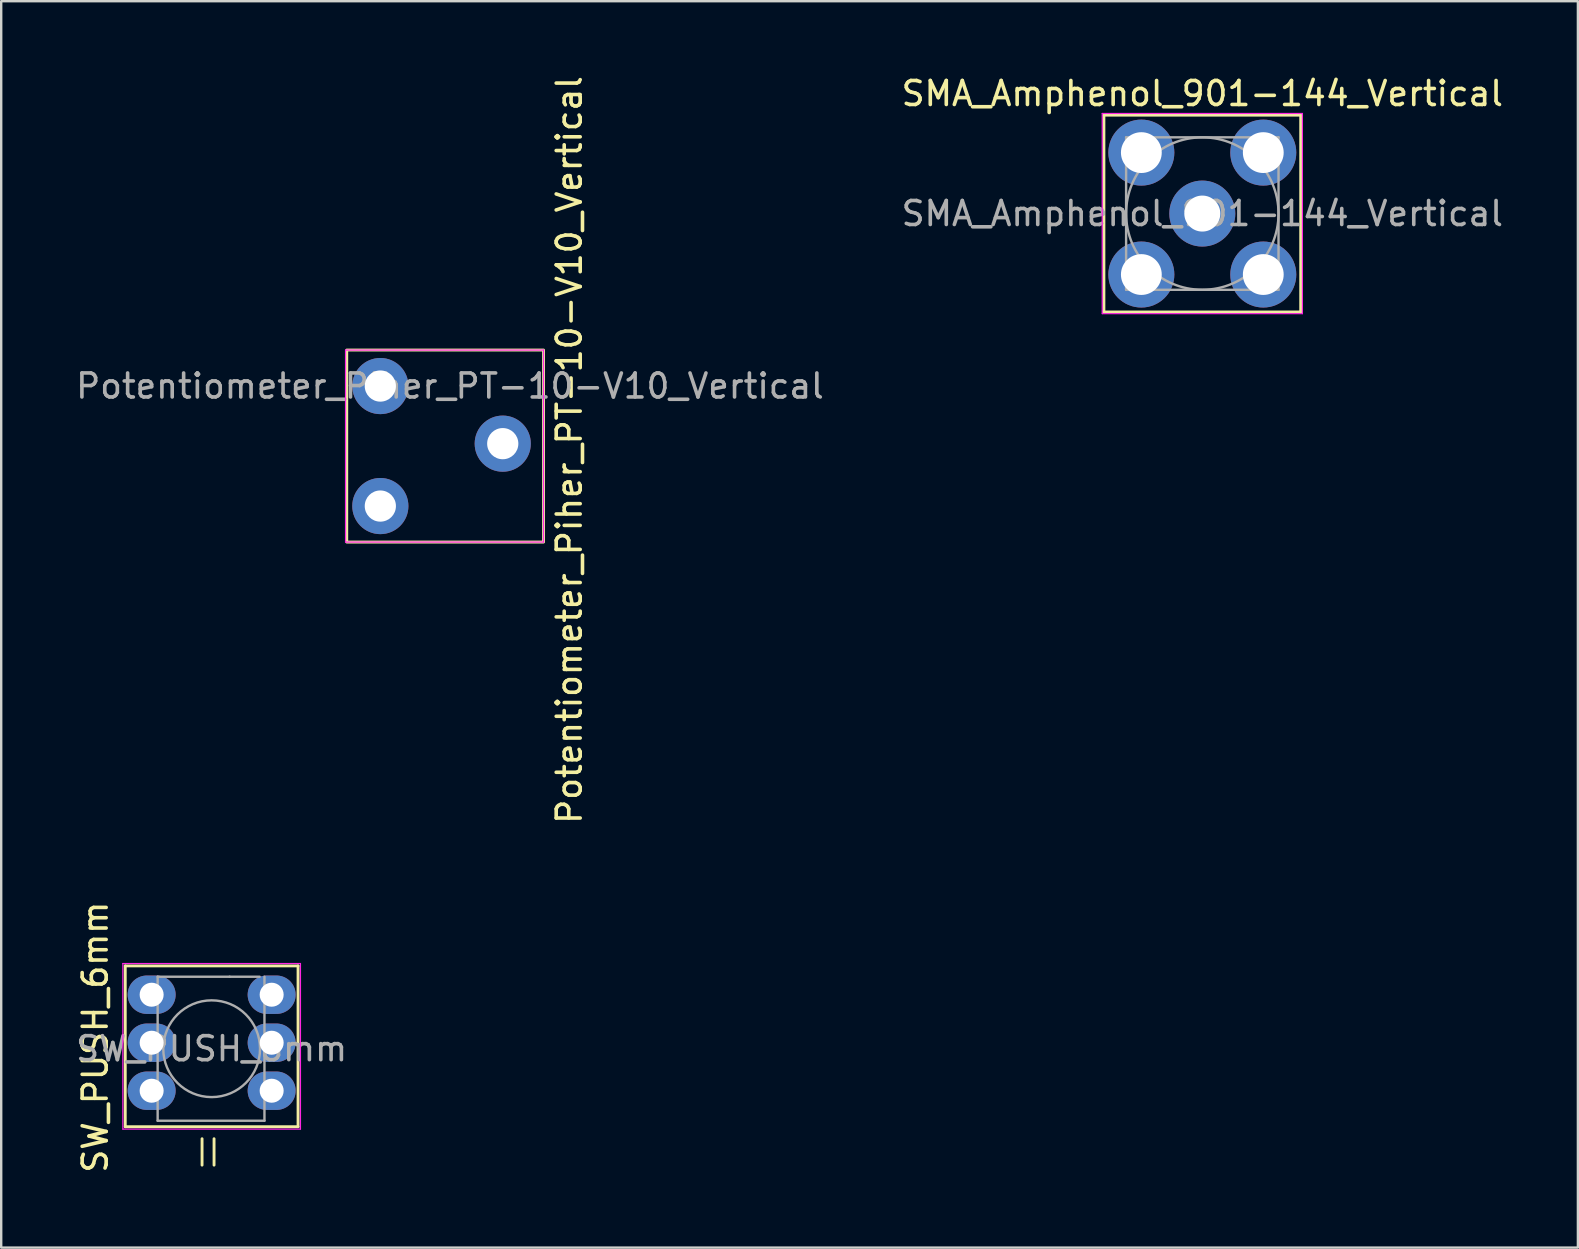
<source format=kicad_pcb>
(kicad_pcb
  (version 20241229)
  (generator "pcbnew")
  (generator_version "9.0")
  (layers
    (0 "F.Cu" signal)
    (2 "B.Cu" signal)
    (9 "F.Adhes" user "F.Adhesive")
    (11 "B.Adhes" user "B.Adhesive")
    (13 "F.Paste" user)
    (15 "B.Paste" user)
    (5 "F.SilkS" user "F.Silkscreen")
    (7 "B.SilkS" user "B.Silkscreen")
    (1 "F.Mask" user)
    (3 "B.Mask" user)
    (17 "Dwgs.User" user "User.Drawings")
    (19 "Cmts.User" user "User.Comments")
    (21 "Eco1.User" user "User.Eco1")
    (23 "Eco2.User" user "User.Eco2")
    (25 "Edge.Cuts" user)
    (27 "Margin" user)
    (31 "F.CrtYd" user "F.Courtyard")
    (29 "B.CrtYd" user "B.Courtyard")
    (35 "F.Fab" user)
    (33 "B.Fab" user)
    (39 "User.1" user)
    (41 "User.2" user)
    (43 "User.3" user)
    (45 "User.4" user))
  (footprint "SMA_Amphenol_901-144_Vertical"
    (layer "F.Cu")
    (at 47.042 5.848)
    (property "Reference" "SMA_Amphenol_901-144_Vertical" (at 0 -5 0) (layer "F.SilkS") (effects (font (size 1 1) (thickness 0.15))))
    (attr through_hole)
    (fp_line (start -4.1 -4.1) (end -4.1 4.1) (stroke (width 0.12) (type solid)) (layer "F.SilkS"))
    (fp_line (start -4.1 -4.1) (end 4.1 -4.1) (stroke (width 0.12) (type solid)) (layer "F.SilkS"))
    (fp_line (start -4.1 4.1) (end 4.1 4.1) (stroke (width 0.12) (type solid)) (layer "F.SilkS"))
    (fp_line (start 4.1 -4.1) (end 4.1 4.1) (stroke (width 0.12) (type solid)) (layer "F.SilkS"))
    (fp_line (start -4.17 -4.17) (end -4.17 4.17) (stroke (width 0.05) (type solid)) (layer "F.CrtYd"))
    (fp_line (start -4.17 -4.17) (end 4.17 -4.17) (stroke (width 0.05) (type solid)) (layer "F.CrtYd"))
    (fp_line (start 4.17 4.17) (end -4.17 4.17) (stroke (width 0.05) (type solid)) (layer "F.CrtYd"))
    (fp_line (start 4.17 4.17) (end 4.17 -4.17) (stroke (width 0.05) (type solid)) (layer "F.CrtYd"))
    (fp_line (start -3.175 -3.175) (end -3.175 3.175) (stroke (width 0.1) (type solid)) (layer "F.Fab"))
    (fp_line (start -3.175 -3.175) (end 3.175 -3.175) (stroke (width 0.1) (type solid)) (layer "F.Fab"))
    (fp_line (start -3.175 3.175) (end 3.175 3.175) (stroke (width 0.1) (type solid)) (layer "F.Fab"))
    (fp_line (start 3.175 -3.175) (end 3.175 3.175) (stroke (width 0.1) (type solid)) (layer "F.Fab"))
    (fp_circle (center 0 0) (end 3.175 0) (stroke (width 0.1) (type solid)) (fill no) (layer "F.Fab"))
    (fp_text user "${REFERENCE}" (at 0 0 0) (layer "F.Fab") (effects (font (size 1 1) (thickness 0.15))))
    (pad "1" thru_hole circle (at 0 0) (size 2.75 2.75) (drill 1.5) (layers "*.Cu" "*.Mask"))
    (pad "2" thru_hole circle (at -2.54 -2.54) (size 2.75 2.75) (drill 1.7) (layers "*.Cu" "*.Mask"))
    (pad "2" thru_hole circle (at -2.54 2.54) (size 2.75 2.75) (drill 1.7) (layers "*.Cu" "*.Mask"))
    (pad "2" thru_hole circle (at 2.54 -2.54) (size 2.75 2.75) (drill 1.7) (layers "*.Cu" "*.Mask"))
    (pad "2" thru_hole circle (at 2.54 2.54) (size 2.75 2.75) (drill 1.7) (layers "*.Cu" "*.Mask")))
  (footprint "Potentiometer_Piher_PT-10-V10_Vertical"
    (layer "F.Cu")
    (at 12.796 18.034)
    (property "Reference" "Potentiometer_Piher_PT-10-V10_Vertical" (at 7.872 -2.337 90) (layer "F.SilkS") (effects (font (size 1 1) (thickness 0.15))))
    (attr through_hole)
    (fp_rect (start -1.4 -6.5) (end 6.8 1.5) (stroke (width 0.12) (type solid)) (fill no) (layer "F.SilkS"))
    (fp_line (start -1.45 -6.5) (end -1.45 1.5) (stroke (width 0.05) (type solid)) (layer "F.CrtYd"))
    (fp_line (start -1.45 1.5) (end 6.8 1.5) (stroke (width 0.05) (type solid)) (layer "F.CrtYd"))
    (fp_line (start 6.8 -6.5) (end -1.45 -6.5) (stroke (width 0.05) (type solid)) (layer "F.CrtYd"))
    (fp_line (start 6.8 1.5) (end 6.8 -6.5) (stroke (width 0.05) (type solid)) (layer "F.CrtYd"))
    (fp_text user "${REFERENCE}" (at 2.9 -5 0) (layer "F.Fab") (effects (font (size 1 1) (thickness 0.15))))
    (pad "1" thru_hole circle (at 0 0) (size 2.34 2.34) (drill 1.3) (layers "*.Cu" "*.Mask"))
    (pad "2" thru_hole circle (at 5.1 -2.6) (size 2.34 2.34) (drill 1.3) (layers "*.Cu" "*.Mask"))
    (pad "3" thru_hole circle (at 0 -5) (size 2.34 2.34) (drill 1.3) (layers "*.Cu" "*.Mask")))
  (footprint "SW_PUSH_6mm"
    (layer "F.Cu")
    (at 3.268 38.393)
    (property "Reference" "SW_PUSH_6mm" (at -2.35 1.768 90) (layer "F.SilkS") (effects (font (size 1 1) (thickness 0.15))))
    (attr through_hole)
    (fp_line (start -1.1 -1.2) (end -1.1 5.5) (stroke (width 0.12) (type solid)) (layer "F.SilkS"))
    (fp_line (start -1.1 5.5) (end 6.1 5.5) (stroke (width 0.12) (type solid)) (layer "F.SilkS"))
    (fp_line (start 2.1 6) (end 2.1 7.1) (stroke (width 0.12) (type solid)) (layer "F.SilkS"))
    (fp_line (start 2.6 6) (end 2.6 7.1) (stroke (width 0.12) (type solid)) (layer "F.SilkS"))
    (fp_line (start 6.1 -1.2) (end -1.1 -1.2) (stroke (width 0.12) (type solid)) (layer "F.SilkS"))
    (fp_line (start 6.1 5.5) (end 6.1 -1.2) (stroke (width 0.12) (type solid)) (layer "F.SilkS"))
    (fp_line (start -1.2 -1.3) (end 6.2 -1.3) (stroke (width 0.05) (type solid)) (layer "F.CrtYd"))
    (fp_line (start -1.2 5.6) (end -1.2 -1.3) (stroke (width 0.05) (type solid)) (layer "F.CrtYd"))
    (fp_line (start 6.2 -1.3) (end 6.2 5.6) (stroke (width 0.05) (type solid)) (layer "F.CrtYd"))
    (fp_line (start 6.2 5.6) (end -1.2 5.6) (stroke (width 0.05) (type solid)) (layer "F.CrtYd"))
    (fp_line (start 0.25 -0.75) (end 3.25 -0.75) (stroke (width 0.1) (type solid)) (layer "F.Fab"))
    (fp_line (start 0.25 5.25) (end 0.25 -0.75) (stroke (width 0.1) (type solid)) (layer "F.Fab"))
    (fp_line (start 3.25 -0.75) (end 4.5 -0.75) (stroke (width 0.1) (type solid)) (layer "F.Fab"))
    (fp_line (start 4.7 -0.75) (end 4.7 5.25) (stroke (width 0.1) (type solid)) (layer "F.Fab"))
    (fp_line (start 4.7 5.25) (end 0.25 5.25) (stroke (width 0.1) (type solid)) (layer "F.Fab"))
    (fp_circle (center 2.5 2.25) (end 0.5 2.5) (stroke (width 0.1) (type solid)) (fill no) (layer "F.Fab"))
    (fp_text user "${REFERENCE}" (at 2.5 2.25 0) (layer "F.Fab") (effects (font (size 1 1) (thickness 0.15))))
    (pad "" thru_hole oval (at 0 0 90) (size 1.6 2) (drill 1) (layers "*.Cu" "*.Mask"))
    (pad "" thru_hole oval (at 5 0 90) (size 1.6 2) (drill 1) (layers "*.Cu" "*.Mask"))
    (pad "1" thru_hole oval (at 0 2 90) (size 1.6 2) (drill 1) (layers "*.Cu" "*.Mask"))
    (pad "1" thru_hole oval (at 5 2 90) (size 1.6 2) (drill 1) (layers "*.Cu" "*.Mask"))
    (pad "2" thru_hole oval (at 0 4 90) (size 1.6 2) (drill 1) (layers "*.Cu" "*.Mask"))
    (pad "2" thru_hole oval (at 5 4 90) (size 1.6 2) (drill 1) (layers "*.Cu" "*.Mask")))
  (gr_rect
    (start -3 -3)
    (end 62.69 48.929)
    (stroke (width 0.1) (type default))
    (fill no)
    (layer "Edge.Cuts")))
</source>
